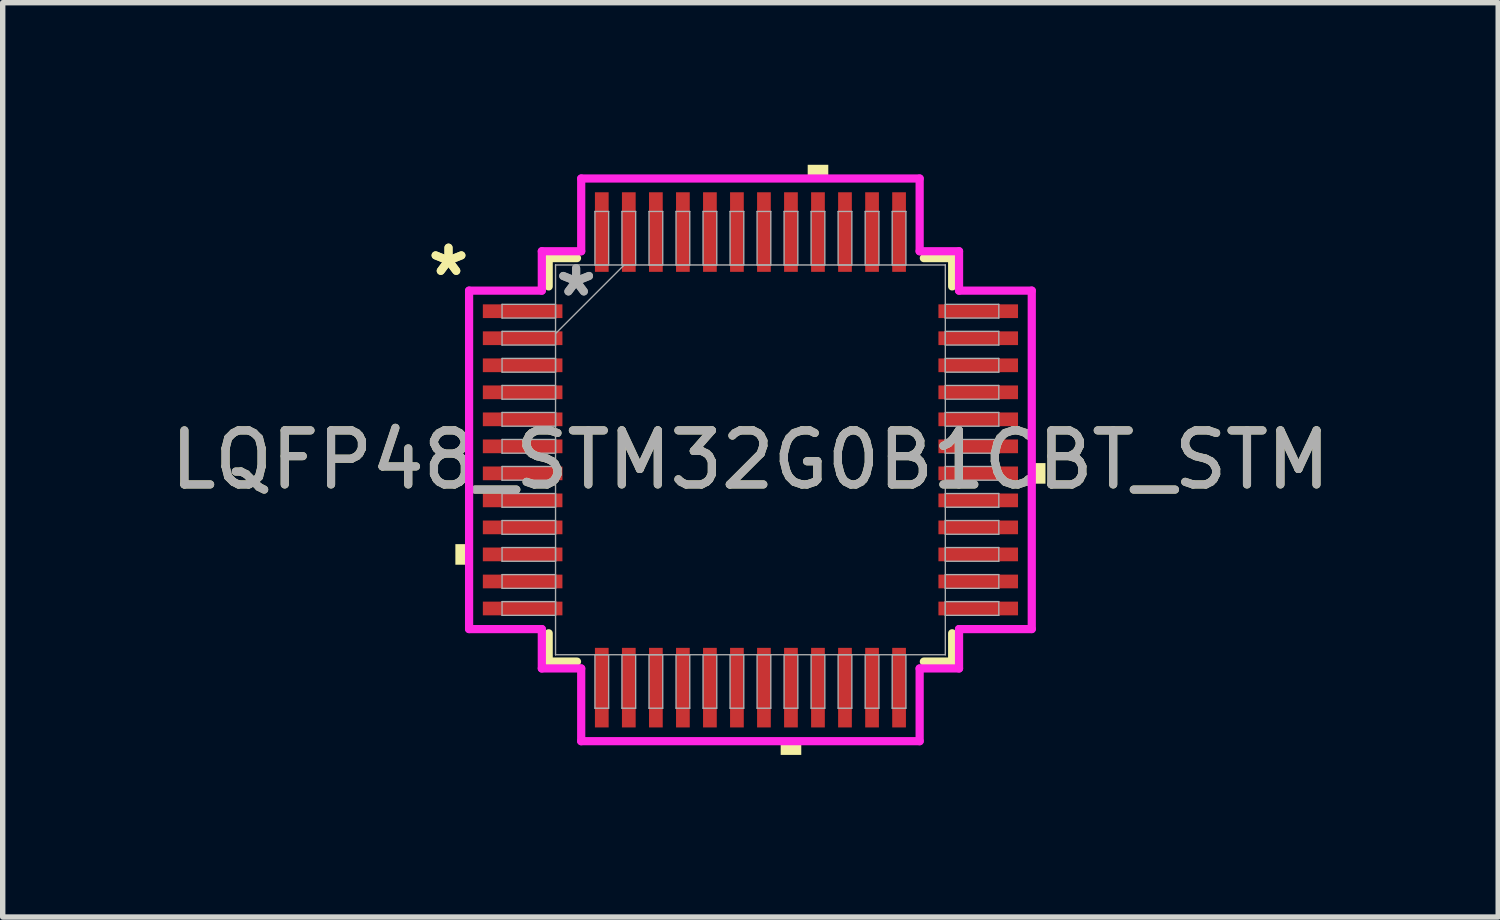
<source format=kicad_pcb>
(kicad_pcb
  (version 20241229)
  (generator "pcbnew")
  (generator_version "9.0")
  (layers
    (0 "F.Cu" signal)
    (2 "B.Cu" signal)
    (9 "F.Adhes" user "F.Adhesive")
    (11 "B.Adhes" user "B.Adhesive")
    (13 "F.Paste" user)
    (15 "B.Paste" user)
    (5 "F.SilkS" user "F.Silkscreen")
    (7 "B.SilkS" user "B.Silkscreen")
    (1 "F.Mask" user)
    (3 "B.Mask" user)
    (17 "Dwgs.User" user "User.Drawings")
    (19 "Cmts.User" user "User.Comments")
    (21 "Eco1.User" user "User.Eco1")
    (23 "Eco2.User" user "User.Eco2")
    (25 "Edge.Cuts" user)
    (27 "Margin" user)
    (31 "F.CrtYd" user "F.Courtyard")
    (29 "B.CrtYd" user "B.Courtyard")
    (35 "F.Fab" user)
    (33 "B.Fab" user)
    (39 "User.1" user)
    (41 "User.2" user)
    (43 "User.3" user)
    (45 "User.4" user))
  (footprint "LQFP48_STM32G0B1CBT_STM"
    (layer "F.Cu")
    (at 10.839 5.461)
    (property "Reference" "LQFP48_STM32G0B1CBT_STM" (at 0 0 0) (unlocked yes) (layer "F.SilkS") (effects (font (size 1 1) (thickness 0.15))))
    (attr smd)
    (fp_line (start -3.734 -3.734) (end -3.734 -3.21) (stroke (width 0.152) (type solid)) (layer "F.SilkS"))
    (fp_line (start -3.734 3.21) (end -3.734 3.734) (stroke (width 0.152) (type solid)) (layer "F.SilkS"))
    (fp_line (start -3.734 3.734) (end -3.21 3.734) (stroke (width 0.152) (type solid)) (layer "F.SilkS"))
    (fp_line (start -3.21 -3.734) (end -3.734 -3.734) (stroke (width 0.152) (type solid)) (layer "F.SilkS"))
    (fp_line (start 3.21 3.734) (end 3.734 3.734) (stroke (width 0.152) (type solid)) (layer "F.SilkS"))
    (fp_line (start 3.734 -3.734) (end 3.21 -3.734) (stroke (width 0.152) (type solid)) (layer "F.SilkS"))
    (fp_line (start 3.734 -3.21) (end 3.734 -3.734) (stroke (width 0.152) (type solid)) (layer "F.SilkS"))
    (fp_line (start 3.734 3.734) (end 3.734 3.21) (stroke (width 0.152) (type solid)) (layer "F.SilkS"))
    (fp_poly (pts (xy -5.461 1.56) (xy -5.461 1.941) (xy -5.207 1.941) (xy -5.207 1.56)) (stroke (width 0) (type solid)) (fill yes) (layer "F.SilkS"))
    (fp_poly (pts (xy 0.56 5.207) (xy 0.56 5.461) (xy 0.941 5.461) (xy 0.941 5.207)) (stroke (width 0) (type solid)) (fill yes) (layer "F.SilkS"))
    (fp_poly (pts (xy 1.06 -5.207) (xy 1.06 -5.461) (xy 1.441 -5.461) (xy 1.441 -5.207)) (stroke (width 0) (type solid)) (fill yes) (layer "F.SilkS"))
    (fp_poly (pts (xy 5.461 0.06) (xy 5.461 0.441) (xy 5.207 0.441) (xy 5.207 0.06)) (stroke (width 0) (type solid)) (fill yes) (layer "F.SilkS"))
    (fp_line (start -5.207 -3.132) (end -3.861 -3.132) (stroke (width 0.152) (type solid)) (layer "F.CrtYd"))
    (fp_line (start -5.207 3.132) (end -5.207 -3.132) (stroke (width 0.152) (type solid)) (layer "F.CrtYd"))
    (fp_line (start -3.861 -3.861) (end -3.132 -3.861) (stroke (width 0.152) (type solid)) (layer "F.CrtYd"))
    (fp_line (start -3.861 -3.132) (end -3.861 -3.861) (stroke (width 0.152) (type solid)) (layer "F.CrtYd"))
    (fp_line (start -3.861 3.132) (end -5.207 3.132) (stroke (width 0.152) (type solid)) (layer "F.CrtYd"))
    (fp_line (start -3.861 3.861) (end -3.861 3.132) (stroke (width 0.152) (type solid)) (layer "F.CrtYd"))
    (fp_line (start -3.861 3.861) (end -3.132 3.861) (stroke (width 0.152) (type solid)) (layer "F.CrtYd"))
    (fp_line (start -3.132 -5.207) (end 3.132 -5.207) (stroke (width 0.152) (type solid)) (layer "F.CrtYd"))
    (fp_line (start -3.132 -3.861) (end -3.132 -5.207) (stroke (width 0.152) (type solid)) (layer "F.CrtYd"))
    (fp_line (start -3.132 3.861) (end -3.132 5.207) (stroke (width 0.152) (type solid)) (layer "F.CrtYd"))
    (fp_line (start -3.132 5.207) (end 3.132 5.207) (stroke (width 0.152) (type solid)) (layer "F.CrtYd"))
    (fp_line (start 3.132 -5.207) (end 3.132 -3.861) (stroke (width 0.152) (type solid)) (layer "F.CrtYd"))
    (fp_line (start 3.132 -3.861) (end 3.861 -3.861) (stroke (width 0.152) (type solid)) (layer "F.CrtYd"))
    (fp_line (start 3.132 3.861) (end 3.861 3.861) (stroke (width 0.152) (type solid)) (layer "F.CrtYd"))
    (fp_line (start 3.132 5.207) (end 3.132 3.861) (stroke (width 0.152) (type solid)) (layer "F.CrtYd"))
    (fp_line (start 3.861 -3.132) (end 3.861 -3.861) (stroke (width 0.152) (type solid)) (layer "F.CrtYd"))
    (fp_line (start 3.861 3.132) (end 5.207 3.132) (stroke (width 0.152) (type solid)) (layer "F.CrtYd"))
    (fp_line (start 3.861 3.861) (end 3.861 3.132) (stroke (width 0.152) (type solid)) (layer "F.CrtYd"))
    (fp_line (start 5.207 -3.132) (end 3.861 -3.132) (stroke (width 0.152) (type solid)) (layer "F.CrtYd"))
    (fp_line (start 5.207 3.132) (end 5.207 -3.132) (stroke (width 0.152) (type solid)) (layer "F.CrtYd"))
    (fp_line (start -4.597 -2.878) (end -4.597 -2.624) (stroke (width 0.025) (type solid)) (layer "F.Fab"))
    (fp_line (start -4.597 -2.624) (end -3.607 -2.624) (stroke (width 0.025) (type solid)) (layer "F.Fab"))
    (fp_line (start -4.597 -2.378) (end -4.597 -2.124) (stroke (width 0.025) (type solid)) (layer "F.Fab"))
    (fp_line (start -4.597 -2.124) (end -3.607 -2.124) (stroke (width 0.025) (type solid)) (layer "F.Fab"))
    (fp_line (start -4.597 -1.877) (end -4.597 -1.623) (stroke (width 0.025) (type solid)) (layer "F.Fab"))
    (fp_line (start -4.597 -1.623) (end -3.607 -1.623) (stroke (width 0.025) (type solid)) (layer "F.Fab"))
    (fp_line (start -4.597 -1.377) (end -4.597 -1.123) (stroke (width 0.025) (type solid)) (layer "F.Fab"))
    (fp_line (start -4.597 -1.123) (end -3.607 -1.123) (stroke (width 0.025) (type solid)) (layer "F.Fab"))
    (fp_line (start -4.597 -0.877) (end -4.597 -0.623) (stroke (width 0.025) (type solid)) (layer "F.Fab"))
    (fp_line (start -4.597 -0.623) (end -3.607 -0.623) (stroke (width 0.025) (type solid)) (layer "F.Fab"))
    (fp_line (start -4.597 -0.377) (end -4.597 -0.123) (stroke (width 0.025) (type solid)) (layer "F.Fab"))
    (fp_line (start -4.597 -0.123) (end -3.607 -0.123) (stroke (width 0.025) (type solid)) (layer "F.Fab"))
    (fp_line (start -4.597 0.123) (end -4.597 0.377) (stroke (width 0.025) (type solid)) (layer "F.Fab"))
    (fp_line (start -4.597 0.377) (end -3.607 0.377) (stroke (width 0.025) (type solid)) (layer "F.Fab"))
    (fp_line (start -4.597 0.623) (end -4.597 0.877) (stroke (width 0.025) (type solid)) (layer "F.Fab"))
    (fp_line (start -4.597 0.877) (end -3.607 0.877) (stroke (width 0.025) (type solid)) (layer "F.Fab"))
    (fp_line (start -4.597 1.123) (end -4.597 1.377) (stroke (width 0.025) (type solid)) (layer "F.Fab"))
    (fp_line (start -4.597 1.377) (end -3.607 1.377) (stroke (width 0.025) (type solid)) (layer "F.Fab"))
    (fp_line (start -4.597 1.623) (end -4.597 1.877) (stroke (width 0.025) (type solid)) (layer "F.Fab"))
    (fp_line (start -4.597 1.877) (end -3.607 1.877) (stroke (width 0.025) (type solid)) (layer "F.Fab"))
    (fp_line (start -4.597 2.124) (end -4.597 2.378) (stroke (width 0.025) (type solid)) (layer "F.Fab"))
    (fp_line (start -4.597 2.378) (end -3.607 2.378) (stroke (width 0.025) (type solid)) (layer "F.Fab"))
    (fp_line (start -4.597 2.624) (end -4.597 2.878) (stroke (width 0.025) (type solid)) (layer "F.Fab"))
    (fp_line (start -4.597 2.878) (end -3.607 2.878) (stroke (width 0.025) (type solid)) (layer "F.Fab"))
    (fp_line (start -3.607 -3.607) (end -3.607 -3.607) (stroke (width 0.025) (type solid)) (layer "F.Fab"))
    (fp_line (start -3.607 -3.607) (end -3.607 3.607) (stroke (width 0.025) (type solid)) (layer "F.Fab"))
    (fp_line (start -3.607 -2.878) (end -4.597 -2.878) (stroke (width 0.025) (type solid)) (layer "F.Fab"))
    (fp_line (start -3.607 -2.624) (end -3.607 -2.878) (stroke (width 0.025) (type solid)) (layer "F.Fab"))
    (fp_line (start -3.607 -2.378) (end -4.597 -2.378) (stroke (width 0.025) (type solid)) (layer "F.Fab"))
    (fp_line (start -3.607 -2.337) (end -2.337 -3.607) (stroke (width 0.025) (type solid)) (layer "F.Fab"))
    (fp_line (start -3.607 -2.124) (end -3.607 -2.378) (stroke (width 0.025) (type solid)) (layer "F.Fab"))
    (fp_line (start -3.607 -1.877) (end -4.597 -1.877) (stroke (width 0.025) (type solid)) (layer "F.Fab"))
    (fp_line (start -3.607 -1.623) (end -3.607 -1.877) (stroke (width 0.025) (type solid)) (layer "F.Fab"))
    (fp_line (start -3.607 -1.377) (end -4.597 -1.377) (stroke (width 0.025) (type solid)) (layer "F.Fab"))
    (fp_line (start -3.607 -1.123) (end -3.607 -1.377) (stroke (width 0.025) (type solid)) (layer "F.Fab"))
    (fp_line (start -3.607 -0.877) (end -4.597 -0.877) (stroke (width 0.025) (type solid)) (layer "F.Fab"))
    (fp_line (start -3.607 -0.623) (end -3.607 -0.877) (stroke (width 0.025) (type solid)) (layer "F.Fab"))
    (fp_line (start -3.607 -0.377) (end -4.597 -0.377) (stroke (width 0.025) (type solid)) (layer "F.Fab"))
    (fp_line (start -3.607 -0.123) (end -3.607 -0.377) (stroke (width 0.025) (type solid)) (layer "F.Fab"))
    (fp_line (start -3.607 0.123) (end -4.597 0.123) (stroke (width 0.025) (type solid)) (layer "F.Fab"))
    (fp_line (start -3.607 0.377) (end -3.607 0.123) (stroke (width 0.025) (type solid)) (layer "F.Fab"))
    (fp_line (start -3.607 0.623) (end -4.597 0.623) (stroke (width 0.025) (type solid)) (layer "F.Fab"))
    (fp_line (start -3.607 0.877) (end -3.607 0.623) (stroke (width 0.025) (type solid)) (layer "F.Fab"))
    (fp_line (start -3.607 1.123) (end -4.597 1.123) (stroke (width 0.025) (type solid)) (layer "F.Fab"))
    (fp_line (start -3.607 1.377) (end -3.607 1.123) (stroke (width 0.025) (type solid)) (layer "F.Fab"))
    (fp_line (start -3.607 1.623) (end -4.597 1.623) (stroke (width 0.025) (type solid)) (layer "F.Fab"))
    (fp_line (start -3.607 1.877) (end -3.607 1.623) (stroke (width 0.025) (type solid)) (layer "F.Fab"))
    (fp_line (start -3.607 2.124) (end -4.597 2.124) (stroke (width 0.025) (type solid)) (layer "F.Fab"))
    (fp_line (start -3.607 2.378) (end -3.607 2.124) (stroke (width 0.025) (type solid)) (layer "F.Fab"))
    (fp_line (start -3.607 2.624) (end -4.597 2.624) (stroke (width 0.025) (type solid)) (layer "F.Fab"))
    (fp_line (start -3.607 2.878) (end -3.607 2.624) (stroke (width 0.025) (type solid)) (layer "F.Fab"))
    (fp_line (start -3.607 3.607) (end -3.607 3.607) (stroke (width 0.025) (type solid)) (layer "F.Fab"))
    (fp_line (start -3.607 3.607) (end 3.607 3.607) (stroke (width 0.025) (type solid)) (layer "F.Fab"))
    (fp_line (start -2.878 -4.597) (end -2.878 -3.607) (stroke (width 0.025) (type solid)) (layer "F.Fab"))
    (fp_line (start -2.878 -3.607) (end -2.624 -3.607) (stroke (width 0.025) (type solid)) (layer "F.Fab"))
    (fp_line (start -2.878 3.607) (end -2.878 4.597) (stroke (width 0.025) (type solid)) (layer "F.Fab"))
    (fp_line (start -2.878 4.597) (end -2.624 4.597) (stroke (width 0.025) (type solid)) (layer "F.Fab"))
    (fp_line (start -2.624 -4.597) (end -2.878 -4.597) (stroke (width 0.025) (type solid)) (layer "F.Fab"))
    (fp_line (start -2.624 -3.607) (end -2.624 -4.597) (stroke (width 0.025) (type solid)) (layer "F.Fab"))
    (fp_line (start -2.624 3.607) (end -2.878 3.607) (stroke (width 0.025) (type solid)) (layer "F.Fab"))
    (fp_line (start -2.624 4.597) (end -2.624 3.607) (stroke (width 0.025) (type solid)) (layer "F.Fab"))
    (fp_line (start -2.378 -4.597) (end -2.378 -3.607) (stroke (width 0.025) (type solid)) (layer "F.Fab"))
    (fp_line (start -2.378 -3.607) (end -2.124 -3.607) (stroke (width 0.025) (type solid)) (layer "F.Fab"))
    (fp_line (start -2.378 3.607) (end -2.378 4.597) (stroke (width 0.025) (type solid)) (layer "F.Fab"))
    (fp_line (start -2.378 4.597) (end -2.124 4.597) (stroke (width 0.025) (type solid)) (layer "F.Fab"))
    (fp_line (start -2.124 -4.597) (end -2.378 -4.597) (stroke (width 0.025) (type solid)) (layer "F.Fab"))
    (fp_line (start -2.124 -3.607) (end -2.124 -4.597) (stroke (width 0.025) (type solid)) (layer "F.Fab"))
    (fp_line (start -2.124 3.607) (end -2.378 3.607) (stroke (width 0.025) (type solid)) (layer "F.Fab"))
    (fp_line (start -2.124 4.597) (end -2.124 3.607) (stroke (width 0.025) (type solid)) (layer "F.Fab"))
    (fp_line (start -1.877 -4.597) (end -1.877 -3.607) (stroke (width 0.025) (type solid)) (layer "F.Fab"))
    (fp_line (start -1.877 -3.607) (end -1.623 -3.607) (stroke (width 0.025) (type solid)) (layer "F.Fab"))
    (fp_line (start -1.877 3.607) (end -1.877 4.597) (stroke (width 0.025) (type solid)) (layer "F.Fab"))
    (fp_line (start -1.877 4.597) (end -1.623 4.597) (stroke (width 0.025) (type solid)) (layer "F.Fab"))
    (fp_line (start -1.623 -4.597) (end -1.877 -4.597) (stroke (width 0.025) (type solid)) (layer "F.Fab"))
    (fp_line (start -1.623 -3.607) (end -1.623 -4.597) (stroke (width 0.025) (type solid)) (layer "F.Fab"))
    (fp_line (start -1.623 3.607) (end -1.877 3.607) (stroke (width 0.025) (type solid)) (layer "F.Fab"))
    (fp_line (start -1.623 4.597) (end -1.623 3.607) (stroke (width 0.025) (type solid)) (layer "F.Fab"))
    (fp_line (start -1.377 -4.597) (end -1.377 -3.607) (stroke (width 0.025) (type solid)) (layer "F.Fab"))
    (fp_line (start -1.377 -3.607) (end -1.123 -3.607) (stroke (width 0.025) (type solid)) (layer "F.Fab"))
    (fp_line (start -1.377 3.607) (end -1.377 4.597) (stroke (width 0.025) (type solid)) (layer "F.Fab"))
    (fp_line (start -1.377 4.597) (end -1.123 4.597) (stroke (width 0.025) (type solid)) (layer "F.Fab"))
    (fp_line (start -1.123 -4.597) (end -1.377 -4.597) (stroke (width 0.025) (type solid)) (layer "F.Fab"))
    (fp_line (start -1.123 -3.607) (end -1.123 -4.597) (stroke (width 0.025) (type solid)) (layer "F.Fab"))
    (fp_line (start -1.123 3.607) (end -1.377 3.607) (stroke (width 0.025) (type solid)) (layer "F.Fab"))
    (fp_line (start -1.123 4.597) (end -1.123 3.607) (stroke (width 0.025) (type solid)) (layer "F.Fab"))
    (fp_line (start -0.877 -4.597) (end -0.877 -3.607) (stroke (width 0.025) (type solid)) (layer "F.Fab"))
    (fp_line (start -0.877 -3.607) (end -0.623 -3.607) (stroke (width 0.025) (type solid)) (layer "F.Fab"))
    (fp_line (start -0.877 3.607) (end -0.877 4.597) (stroke (width 0.025) (type solid)) (layer "F.Fab"))
    (fp_line (start -0.877 4.597) (end -0.623 4.597) (stroke (width 0.025) (type solid)) (layer "F.Fab"))
    (fp_line (start -0.623 -4.597) (end -0.877 -4.597) (stroke (width 0.025) (type solid)) (layer "F.Fab"))
    (fp_line (start -0.623 -3.607) (end -0.623 -4.597) (stroke (width 0.025) (type solid)) (layer "F.Fab"))
    (fp_line (start -0.623 3.607) (end -0.877 3.607) (stroke (width 0.025) (type solid)) (layer "F.Fab"))
    (fp_line (start -0.623 4.597) (end -0.623 3.607) (stroke (width 0.025) (type solid)) (layer "F.Fab"))
    (fp_line (start -0.377 -4.597) (end -0.377 -3.607) (stroke (width 0.025) (type solid)) (layer "F.Fab"))
    (fp_line (start -0.377 -3.607) (end -0.123 -3.607) (stroke (width 0.025) (type solid)) (layer "F.Fab"))
    (fp_line (start -0.377 3.607) (end -0.377 4.597) (stroke (width 0.025) (type solid)) (layer "F.Fab"))
    (fp_line (start -0.377 4.597) (end -0.123 4.597) (stroke (width 0.025) (type solid)) (layer "F.Fab"))
    (fp_line (start -0.123 -4.597) (end -0.377 -4.597) (stroke (width 0.025) (type solid)) (layer "F.Fab"))
    (fp_line (start -0.123 -3.607) (end -0.123 -4.597) (stroke (width 0.025) (type solid)) (layer "F.Fab"))
    (fp_line (start -0.123 3.607) (end -0.377 3.607) (stroke (width 0.025) (type solid)) (layer "F.Fab"))
    (fp_line (start -0.123 4.597) (end -0.123 3.607) (stroke (width 0.025) (type solid)) (layer "F.Fab"))
    (fp_line (start 0.123 -4.597) (end 0.123 -3.607) (stroke (width 0.025) (type solid)) (layer "F.Fab"))
    (fp_line (start 0.123 -3.607) (end 0.377 -3.607) (stroke (width 0.025) (type solid)) (layer "F.Fab"))
    (fp_line (start 0.123 3.607) (end 0.123 4.597) (stroke (width 0.025) (type solid)) (layer "F.Fab"))
    (fp_line (start 0.123 4.597) (end 0.377 4.597) (stroke (width 0.025) (type solid)) (layer "F.Fab"))
    (fp_line (start 0.377 -4.597) (end 0.123 -4.597) (stroke (width 0.025) (type solid)) (layer "F.Fab"))
    (fp_line (start 0.377 -3.607) (end 0.377 -4.597) (stroke (width 0.025) (type solid)) (layer "F.Fab"))
    (fp_line (start 0.377 3.607) (end 0.123 3.607) (stroke (width 0.025) (type solid)) (layer "F.Fab"))
    (fp_line (start 0.377 4.597) (end 0.377 3.607) (stroke (width 0.025) (type solid)) (layer "F.Fab"))
    (fp_line (start 0.623 -4.597) (end 0.623 -3.607) (stroke (width 0.025) (type solid)) (layer "F.Fab"))
    (fp_line (start 0.623 -3.607) (end 0.877 -3.607) (stroke (width 0.025) (type solid)) (layer "F.Fab"))
    (fp_line (start 0.623 3.607) (end 0.623 4.597) (stroke (width 0.025) (type solid)) (layer "F.Fab"))
    (fp_line (start 0.623 4.597) (end 0.877 4.597) (stroke (width 0.025) (type solid)) (layer "F.Fab"))
    (fp_line (start 0.877 -4.597) (end 0.623 -4.597) (stroke (width 0.025) (type solid)) (layer "F.Fab"))
    (fp_line (start 0.877 -3.607) (end 0.877 -4.597) (stroke (width 0.025) (type solid)) (layer "F.Fab"))
    (fp_line (start 0.877 3.607) (end 0.623 3.607) (stroke (width 0.025) (type solid)) (layer "F.Fab"))
    (fp_line (start 0.877 4.597) (end 0.877 3.607) (stroke (width 0.025) (type solid)) (layer "F.Fab"))
    (fp_line (start 1.123 -4.597) (end 1.123 -3.607) (stroke (width 0.025) (type solid)) (layer "F.Fab"))
    (fp_line (start 1.123 -3.607) (end 1.377 -3.607) (stroke (width 0.025) (type solid)) (layer "F.Fab"))
    (fp_line (start 1.123 3.607) (end 1.123 4.597) (stroke (width 0.025) (type solid)) (layer "F.Fab"))
    (fp_line (start 1.123 4.597) (end 1.377 4.597) (stroke (width 0.025) (type solid)) (layer "F.Fab"))
    (fp_line (start 1.377 -4.597) (end 1.123 -4.597) (stroke (width 0.025) (type solid)) (layer "F.Fab"))
    (fp_line (start 1.377 -3.607) (end 1.377 -4.597) (stroke (width 0.025) (type solid)) (layer "F.Fab"))
    (fp_line (start 1.377 3.607) (end 1.123 3.607) (stroke (width 0.025) (type solid)) (layer "F.Fab"))
    (fp_line (start 1.377 4.597) (end 1.377 3.607) (stroke (width 0.025) (type solid)) (layer "F.Fab"))
    (fp_line (start 1.623 -4.597) (end 1.623 -3.607) (stroke (width 0.025) (type solid)) (layer "F.Fab"))
    (fp_line (start 1.623 -3.607) (end 1.877 -3.607) (stroke (width 0.025) (type solid)) (layer "F.Fab"))
    (fp_line (start 1.623 3.607) (end 1.623 4.597) (stroke (width 0.025) (type solid)) (layer "F.Fab"))
    (fp_line (start 1.623 4.597) (end 1.877 4.597) (stroke (width 0.025) (type solid)) (layer "F.Fab"))
    (fp_line (start 1.877 -4.597) (end 1.623 -4.597) (stroke (width 0.025) (type solid)) (layer "F.Fab"))
    (fp_line (start 1.877 -3.607) (end 1.877 -4.597) (stroke (width 0.025) (type solid)) (layer "F.Fab"))
    (fp_line (start 1.877 3.607) (end 1.623 3.607) (stroke (width 0.025) (type solid)) (layer "F.Fab"))
    (fp_line (start 1.877 4.597) (end 1.877 3.607) (stroke (width 0.025) (type solid)) (layer "F.Fab"))
    (fp_line (start 2.124 -4.597) (end 2.124 -3.607) (stroke (width 0.025) (type solid)) (layer "F.Fab"))
    (fp_line (start 2.124 -3.607) (end 2.378 -3.607) (stroke (width 0.025) (type solid)) (layer "F.Fab"))
    (fp_line (start 2.124 3.607) (end 2.124 4.597) (stroke (width 0.025) (type solid)) (layer "F.Fab"))
    (fp_line (start 2.124 4.597) (end 2.378 4.597) (stroke (width 0.025) (type solid)) (layer "F.Fab"))
    (fp_line (start 2.378 -4.597) (end 2.124 -4.597) (stroke (width 0.025) (type solid)) (layer "F.Fab"))
    (fp_line (start 2.378 -3.607) (end 2.378 -4.597) (stroke (width 0.025) (type solid)) (layer "F.Fab"))
    (fp_line (start 2.378 3.607) (end 2.124 3.607) (stroke (width 0.025) (type solid)) (layer "F.Fab"))
    (fp_line (start 2.378 4.597) (end 2.378 3.607) (stroke (width 0.025) (type solid)) (layer "F.Fab"))
    (fp_line (start 2.624 -4.597) (end 2.624 -3.607) (stroke (width 0.025) (type solid)) (layer "F.Fab"))
    (fp_line (start 2.624 -3.607) (end 2.878 -3.607) (stroke (width 0.025) (type solid)) (layer "F.Fab"))
    (fp_line (start 2.624 3.607) (end 2.624 4.597) (stroke (width 0.025) (type solid)) (layer "F.Fab"))
    (fp_line (start 2.624 4.597) (end 2.878 4.597) (stroke (width 0.025) (type solid)) (layer "F.Fab"))
    (fp_line (start 2.878 -4.597) (end 2.624 -4.597) (stroke (width 0.025) (type solid)) (layer "F.Fab"))
    (fp_line (start 2.878 -3.607) (end 2.878 -4.597) (stroke (width 0.025) (type solid)) (layer "F.Fab"))
    (fp_line (start 2.878 3.607) (end 2.624 3.607) (stroke (width 0.025) (type solid)) (layer "F.Fab"))
    (fp_line (start 2.878 4.597) (end 2.878 3.607) (stroke (width 0.025) (type solid)) (layer "F.Fab"))
    (fp_line (start 3.607 -3.607) (end -3.607 -3.607) (stroke (width 0.025) (type solid)) (layer "F.Fab"))
    (fp_line (start 3.607 -3.607) (end 3.607 -3.607) (stroke (width 0.025) (type solid)) (layer "F.Fab"))
    (fp_line (start 3.607 -2.878) (end 3.607 -2.624) (stroke (width 0.025) (type solid)) (layer "F.Fab"))
    (fp_line (start 3.607 -2.624) (end 4.597 -2.624) (stroke (width 0.025) (type solid)) (layer "F.Fab"))
    (fp_line (start 3.607 -2.378) (end 3.607 -2.124) (stroke (width 0.025) (type solid)) (layer "F.Fab"))
    (fp_line (start 3.607 -2.124) (end 4.597 -2.124) (stroke (width 0.025) (type solid)) (layer "F.Fab"))
    (fp_line (start 3.607 -1.877) (end 3.607 -1.623) (stroke (width 0.025) (type solid)) (layer "F.Fab"))
    (fp_line (start 3.607 -1.623) (end 4.597 -1.623) (stroke (width 0.025) (type solid)) (layer "F.Fab"))
    (fp_line (start 3.607 -1.377) (end 3.607 -1.123) (stroke (width 0.025) (type solid)) (layer "F.Fab"))
    (fp_line (start 3.607 -1.123) (end 4.597 -1.123) (stroke (width 0.025) (type solid)) (layer "F.Fab"))
    (fp_line (start 3.607 -0.877) (end 3.607 -0.623) (stroke (width 0.025) (type solid)) (layer "F.Fab"))
    (fp_line (start 3.607 -0.623) (end 4.597 -0.623) (stroke (width 0.025) (type solid)) (layer "F.Fab"))
    (fp_line (start 3.607 -0.377) (end 3.607 -0.123) (stroke (width 0.025) (type solid)) (layer "F.Fab"))
    (fp_line (start 3.607 -0.123) (end 4.597 -0.123) (stroke (width 0.025) (type solid)) (layer "F.Fab"))
    (fp_line (start 3.607 0.123) (end 3.607 0.377) (stroke (width 0.025) (type solid)) (layer "F.Fab"))
    (fp_line (start 3.607 0.377) (end 4.597 0.377) (stroke (width 0.025) (type solid)) (layer "F.Fab"))
    (fp_line (start 3.607 0.623) (end 3.607 0.877) (stroke (width 0.025) (type solid)) (layer "F.Fab"))
    (fp_line (start 3.607 0.877) (end 4.597 0.877) (stroke (width 0.025) (type solid)) (layer "F.Fab"))
    (fp_line (start 3.607 1.123) (end 3.607 1.377) (stroke (width 0.025) (type solid)) (layer "F.Fab"))
    (fp_line (start 3.607 1.377) (end 4.597 1.377) (stroke (width 0.025) (type solid)) (layer "F.Fab"))
    (fp_line (start 3.607 1.623) (end 3.607 1.877) (stroke (width 0.025) (type solid)) (layer "F.Fab"))
    (fp_line (start 3.607 1.877) (end 4.597 1.877) (stroke (width 0.025) (type solid)) (layer "F.Fab"))
    (fp_line (start 3.607 2.124) (end 3.607 2.378) (stroke (width 0.025) (type solid)) (layer "F.Fab"))
    (fp_line (start 3.607 2.378) (end 4.597 2.378) (stroke (width 0.025) (type solid)) (layer "F.Fab"))
    (fp_line (start 3.607 2.624) (end 3.607 2.878) (stroke (width 0.025) (type solid)) (layer "F.Fab"))
    (fp_line (start 3.607 2.878) (end 4.597 2.878) (stroke (width 0.025) (type solid)) (layer "F.Fab"))
    (fp_line (start 3.607 3.607) (end 3.607 -3.607) (stroke (width 0.025) (type solid)) (layer "F.Fab"))
    (fp_line (start 3.607 3.607) (end 3.607 3.607) (stroke (width 0.025) (type solid)) (layer "F.Fab"))
    (fp_line (start 4.597 -2.878) (end 3.607 -2.878) (stroke (width 0.025) (type solid)) (layer "F.Fab"))
    (fp_line (start 4.597 -2.624) (end 4.597 -2.878) (stroke (width 0.025) (type solid)) (layer "F.Fab"))
    (fp_line (start 4.597 -2.378) (end 3.607 -2.378) (stroke (width 0.025) (type solid)) (layer "F.Fab"))
    (fp_line (start 4.597 -2.124) (end 4.597 -2.378) (stroke (width 0.025) (type solid)) (layer "F.Fab"))
    (fp_line (start 4.597 -1.877) (end 3.607 -1.877) (stroke (width 0.025) (type solid)) (layer "F.Fab"))
    (fp_line (start 4.597 -1.623) (end 4.597 -1.877) (stroke (width 0.025) (type solid)) (layer "F.Fab"))
    (fp_line (start 4.597 -1.377) (end 3.607 -1.377) (stroke (width 0.025) (type solid)) (layer "F.Fab"))
    (fp_line (start 4.597 -1.123) (end 4.597 -1.377) (stroke (width 0.025) (type solid)) (layer "F.Fab"))
    (fp_line (start 4.597 -0.877) (end 3.607 -0.877) (stroke (width 0.025) (type solid)) (layer "F.Fab"))
    (fp_line (start 4.597 -0.623) (end 4.597 -0.877) (stroke (width 0.025) (type solid)) (layer "F.Fab"))
    (fp_line (start 4.597 -0.377) (end 3.607 -0.377) (stroke (width 0.025) (type solid)) (layer "F.Fab"))
    (fp_line (start 4.597 -0.123) (end 4.597 -0.377) (stroke (width 0.025) (type solid)) (layer "F.Fab"))
    (fp_line (start 4.597 0.123) (end 3.607 0.123) (stroke (width 0.025) (type solid)) (layer "F.Fab"))
    (fp_line (start 4.597 0.377) (end 4.597 0.123) (stroke (width 0.025) (type solid)) (layer "F.Fab"))
    (fp_line (start 4.597 0.623) (end 3.607 0.623) (stroke (width 0.025) (type solid)) (layer "F.Fab"))
    (fp_line (start 4.597 0.877) (end 4.597 0.623) (stroke (width 0.025) (type solid)) (layer "F.Fab"))
    (fp_line (start 4.597 1.123) (end 3.607 1.123) (stroke (width 0.025) (type solid)) (layer "F.Fab"))
    (fp_line (start 4.597 1.377) (end 4.597 1.123) (stroke (width 0.025) (type solid)) (layer "F.Fab"))
    (fp_line (start 4.597 1.623) (end 3.607 1.623) (stroke (width 0.025) (type solid)) (layer "F.Fab"))
    (fp_line (start 4.597 1.877) (end 4.597 1.623) (stroke (width 0.025) (type solid)) (layer "F.Fab"))
    (fp_line (start 4.597 2.124) (end 3.607 2.124) (stroke (width 0.025) (type solid)) (layer "F.Fab"))
    (fp_line (start 4.597 2.378) (end 4.597 2.124) (stroke (width 0.025) (type solid)) (layer "F.Fab"))
    (fp_line (start 4.597 2.624) (end 3.607 2.624) (stroke (width 0.025) (type solid)) (layer "F.Fab"))
    (fp_line (start 4.597 2.878) (end 4.597 2.624) (stroke (width 0.025) (type solid)) (layer "F.Fab"))
    (fp_text user "*" (at -5.588 -3.382 0) (layer "F.SilkS") (effects (font (size 1 1) (thickness 0.15))))
    (fp_text user "*" (at -5.588 -3.382 0) (unlocked yes) (layer "F.SilkS") (effects (font (size 1 1) (thickness 0.15))))
    (fp_text user "*" (at -3.226 -3.001 0) (unlocked yes) (layer "F.Fab") (effects (font (size 1 1) (thickness 0.15))))
    (fp_text user "${REFERENCE}" (at 0 0 0) (unlocked yes) (layer "F.Fab") (effects (font (size 1 1) (thickness 0.15))))
    (fp_text user "*" (at -3.226 -3.001 0) (layer "F.Fab") (effects (font (size 1 1) (thickness 0.15))))
    (pad "1" smd rect (at -4.216 -2.751 90) (size 0.254 1.473) (layers "F.Cu" "F.Mask" "F.Paste"))
    (pad "2" smd rect (at -4.216 -2.251 90) (size 0.254 1.473) (layers "F.Cu" "F.Mask" "F.Paste"))
    (pad "3" smd rect (at -4.216 -1.75 90) (size 0.254 1.473) (layers "F.Cu" "F.Mask" "F.Paste"))
    (pad "4" smd rect (at -4.216 -1.25 90) (size 0.254 1.473) (layers "F.Cu" "F.Mask" "F.Paste"))
    (pad "5" smd rect (at -4.216 -0.75 90) (size 0.254 1.473) (layers "F.Cu" "F.Mask" "F.Paste"))
    (pad "6" smd rect (at -4.216 -0.25 90) (size 0.254 1.473) (layers "F.Cu" "F.Mask" "F.Paste"))
    (pad "7" smd rect (at -4.216 0.25 90) (size 0.254 1.473) (layers "F.Cu" "F.Mask" "F.Paste"))
    (pad "8" smd rect (at -4.216 0.75 90) (size 0.254 1.473) (layers "F.Cu" "F.Mask" "F.Paste"))
    (pad "9" smd rect (at -4.216 1.25 90) (size 0.254 1.473) (layers "F.Cu" "F.Mask" "F.Paste"))
    (pad "10" smd rect (at -4.216 1.75 90) (size 0.254 1.473) (layers "F.Cu" "F.Mask" "F.Paste"))
    (pad "11" smd rect (at -4.216 2.251 90) (size 0.254 1.473) (layers "F.Cu" "F.Mask" "F.Paste"))
    (pad "12" smd rect (at -4.216 2.751 90) (size 0.254 1.473) (layers "F.Cu" "F.Mask" "F.Paste"))
    (pad "13" smd rect (at -2.751 4.216) (size 0.254 1.473) (layers "F.Cu" "F.Mask" "F.Paste"))
    (pad "14" smd rect (at -2.251 4.216) (size 0.254 1.473) (layers "F.Cu" "F.Mask" "F.Paste"))
    (pad "15" smd rect (at -1.75 4.216) (size 0.254 1.473) (layers "F.Cu" "F.Mask" "F.Paste"))
    (pad "16" smd rect (at -1.25 4.216) (size 0.254 1.473) (layers "F.Cu" "F.Mask" "F.Paste"))
    (pad "17" smd rect (at -0.75 4.216) (size 0.254 1.473) (layers "F.Cu" "F.Mask" "F.Paste"))
    (pad "18" smd rect (at -0.25 4.216) (size 0.254 1.473) (layers "F.Cu" "F.Mask" "F.Paste"))
    (pad "19" smd rect (at 0.25 4.216) (size 0.254 1.473) (layers "F.Cu" "F.Mask" "F.Paste"))
    (pad "20" smd rect (at 0.75 4.216) (size 0.254 1.473) (layers "F.Cu" "F.Mask" "F.Paste"))
    (pad "21" smd rect (at 1.25 4.216) (size 0.254 1.473) (layers "F.Cu" "F.Mask" "F.Paste"))
    (pad "22" smd rect (at 1.75 4.216) (size 0.254 1.473) (layers "F.Cu" "F.Mask" "F.Paste"))
    (pad "23" smd rect (at 2.251 4.216) (size 0.254 1.473) (layers "F.Cu" "F.Mask" "F.Paste"))
    (pad "24" smd rect (at 2.751 4.216) (size 0.254 1.473) (layers "F.Cu" "F.Mask" "F.Paste"))
    (pad "25" smd rect (at 4.216 2.751 90) (size 0.254 1.473) (layers "F.Cu" "F.Mask" "F.Paste"))
    (pad "26" smd rect (at 4.216 2.251 90) (size 0.254 1.473) (layers "F.Cu" "F.Mask" "F.Paste"))
    (pad "27" smd rect (at 4.216 1.75 90) (size 0.254 1.473) (layers "F.Cu" "F.Mask" "F.Paste"))
    (pad "28" smd rect (at 4.216 1.25 90) (size 0.254 1.473) (layers "F.Cu" "F.Mask" "F.Paste"))
    (pad "29" smd rect (at 4.216 0.75 90) (size 0.254 1.473) (layers "F.Cu" "F.Mask" "F.Paste"))
    (pad "30" smd rect (at 4.216 0.25 90) (size 0.254 1.473) (layers "F.Cu" "F.Mask" "F.Paste"))
    (pad "31" smd rect (at 4.216 -0.25 90) (size 0.254 1.473) (layers "F.Cu" "F.Mask" "F.Paste"))
    (pad "32" smd rect (at 4.216 -0.75 90) (size 0.254 1.473) (layers "F.Cu" "F.Mask" "F.Paste"))
    (pad "33" smd rect (at 4.216 -1.25 90) (size 0.254 1.473) (layers "F.Cu" "F.Mask" "F.Paste"))
    (pad "34" smd rect (at 4.216 -1.75 90) (size 0.254 1.473) (layers "F.Cu" "F.Mask" "F.Paste"))
    (pad "35" smd rect (at 4.216 -2.251 90) (size 0.254 1.473) (layers "F.Cu" "F.Mask" "F.Paste"))
    (pad "36" smd rect (at 4.216 -2.751 90) (size 0.254 1.473) (layers "F.Cu" "F.Mask" "F.Paste"))
    (pad "37" smd rect (at 2.751 -4.216) (size 0.254 1.473) (layers "F.Cu" "F.Mask" "F.Paste"))
    (pad "38" smd rect (at 2.251 -4.216) (size 0.254 1.473) (layers "F.Cu" "F.Mask" "F.Paste"))
    (pad "39" smd rect (at 1.75 -4.216) (size 0.254 1.473) (layers "F.Cu" "F.Mask" "F.Paste"))
    (pad "40" smd rect (at 1.25 -4.216) (size 0.254 1.473) (layers "F.Cu" "F.Mask" "F.Paste"))
    (pad "41" smd rect (at 0.75 -4.216) (size 0.254 1.473) (layers "F.Cu" "F.Mask" "F.Paste"))
    (pad "42" smd rect (at 0.25 -4.216) (size 0.254 1.473) (layers "F.Cu" "F.Mask" "F.Paste"))
    (pad "43" smd rect (at -0.25 -4.216) (size 0.254 1.473) (layers "F.Cu" "F.Mask" "F.Paste"))
    (pad "44" smd rect (at -0.75 -4.216) (size 0.254 1.473) (layers "F.Cu" "F.Mask" "F.Paste"))
    (pad "45" smd rect (at -1.25 -4.216) (size 0.254 1.473) (layers "F.Cu" "F.Mask" "F.Paste"))
    (pad "46" smd rect (at -1.75 -4.216) (size 0.254 1.473) (layers "F.Cu" "F.Mask" "F.Paste"))
    (pad "47" smd rect (at -2.251 -4.216) (size 0.254 1.473) (layers "F.Cu" "F.Mask" "F.Paste"))
    (pad "48" smd rect (at -2.751 -4.216) (size 0.254 1.473) (layers "F.Cu" "F.Mask" "F.Paste")))
  (gr_rect
    (start -3 -3)
    (end 24.679 13.922)
    (stroke (width 0.1) (type default))
    (fill no)
    (layer "Edge.Cuts")))
</source>
